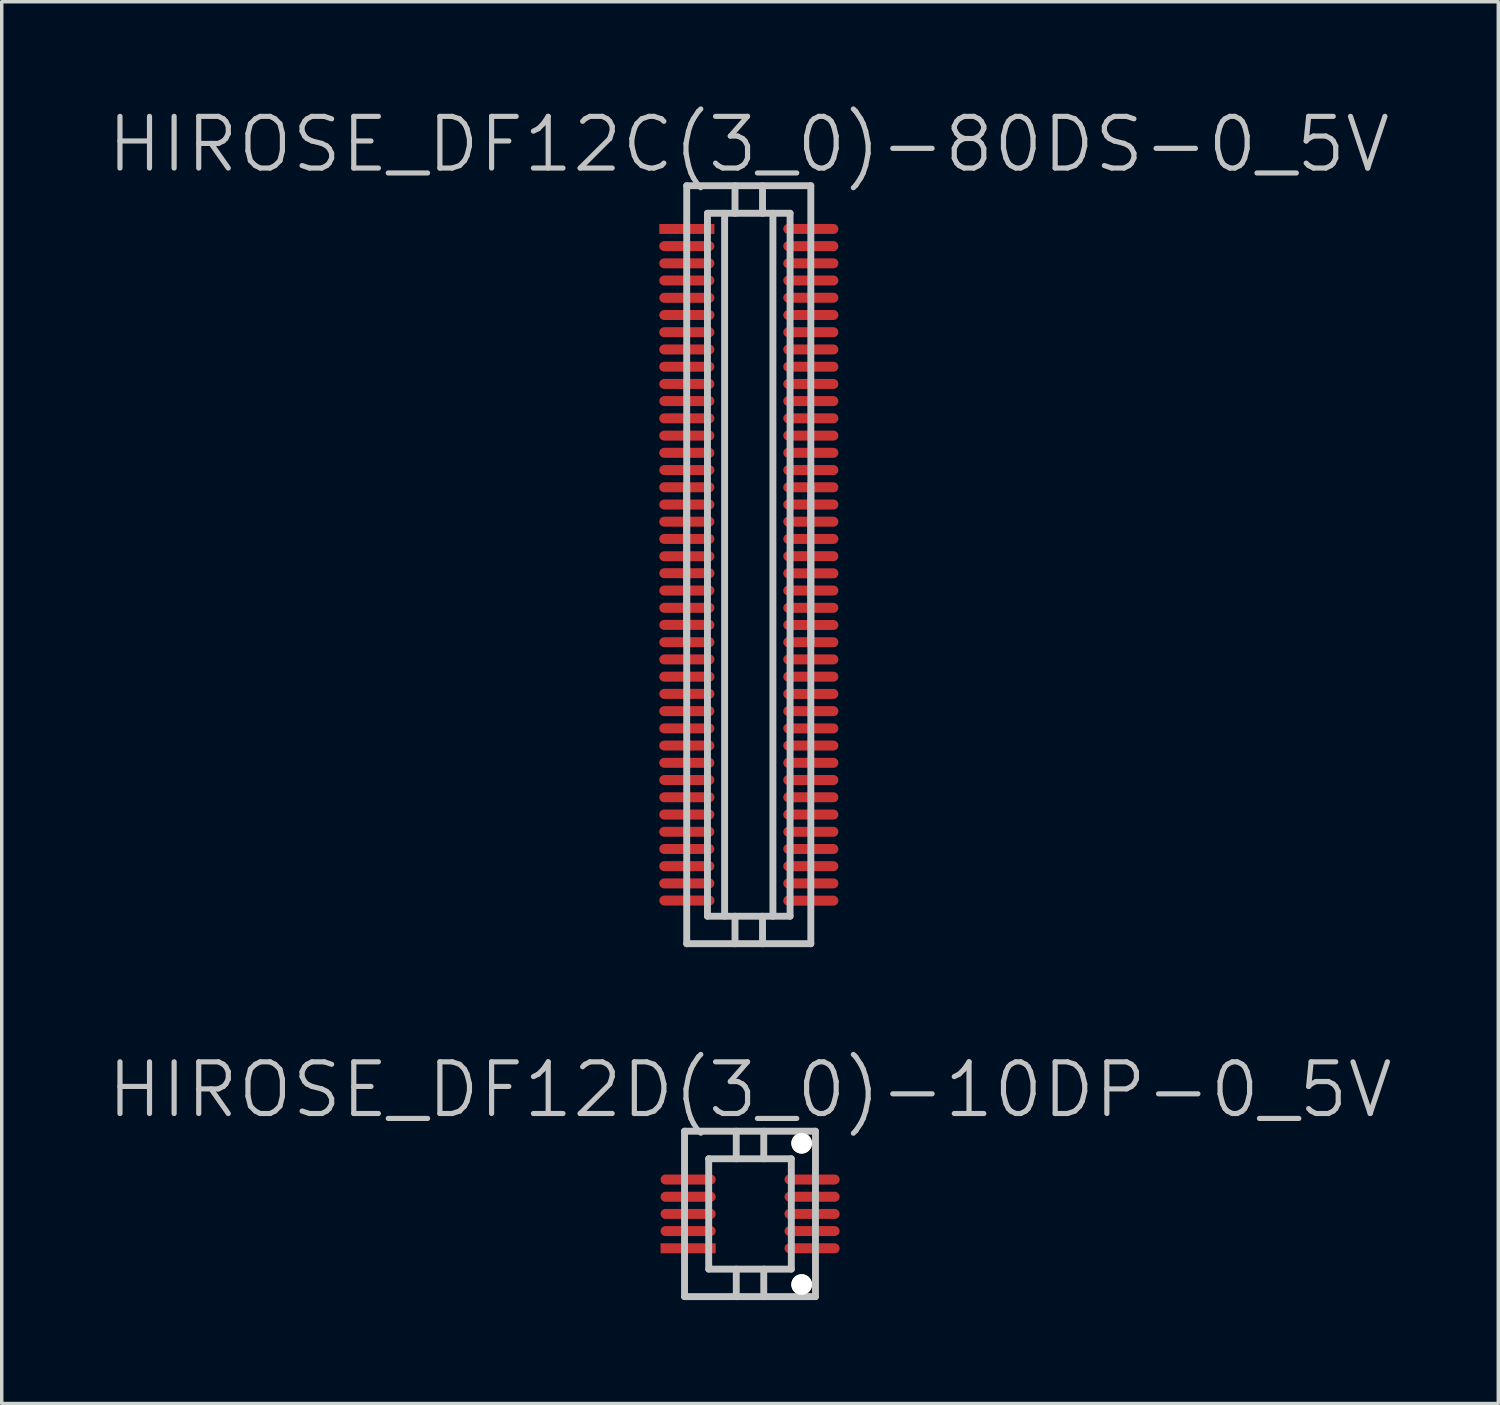
<source format=kicad_pcb>
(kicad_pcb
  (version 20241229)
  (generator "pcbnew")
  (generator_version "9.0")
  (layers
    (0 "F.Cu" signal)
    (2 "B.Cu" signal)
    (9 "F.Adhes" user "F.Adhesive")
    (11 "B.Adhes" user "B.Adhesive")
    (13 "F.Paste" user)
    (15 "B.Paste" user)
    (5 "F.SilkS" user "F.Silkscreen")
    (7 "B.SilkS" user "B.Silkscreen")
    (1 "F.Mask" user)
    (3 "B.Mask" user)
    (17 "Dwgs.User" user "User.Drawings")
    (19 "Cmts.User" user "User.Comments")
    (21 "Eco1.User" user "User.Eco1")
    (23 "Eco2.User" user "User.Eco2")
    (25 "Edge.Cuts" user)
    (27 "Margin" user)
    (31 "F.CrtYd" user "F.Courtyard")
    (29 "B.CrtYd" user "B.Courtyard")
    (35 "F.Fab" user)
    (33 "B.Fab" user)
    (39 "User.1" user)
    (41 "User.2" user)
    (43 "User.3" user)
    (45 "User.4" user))
  (footprint "HIROSE_DF12C(3_0)-80DS-0_5V"
    (layer "F.Cu")
    (at 18.682 13.341)
    (property "Reference" "HIROSE_DF12C(3_0)-80DS-0_5V" (at 0 -12.2 180) (layer "Dwgs.User") (effects (font (size 1.5 1.5) (thickness 0.15))))
    (attr smd)
    (fp_line (start -1.801 -11.001) (end 1.801 -11.001) (stroke (width 0.2) (type solid)) (layer "Dwgs.User"))
    (fp_line (start -1.801 2.301) (end -1.801 -2.301) (stroke (width 0.2) (type solid)) (layer "Dwgs.User"))
    (fp_line (start -1.801 11.001) (end -1.801 -11.001) (stroke (width 0.2) (type solid)) (layer "Dwgs.User"))
    (fp_line (start -1.199 -10.201) (end -1.199 10.201) (stroke (width 0.2) (type solid)) (layer "Dwgs.User"))
    (fp_line (start -1.199 -10.201) (end 1.199 -10.201) (stroke (width 0.2) (type solid)) (layer "Dwgs.User"))
    (fp_line (start -0.701 -10.201) (end -0.701 10.201) (stroke (width 0.2) (type solid)) (layer "Dwgs.User"))
    (fp_line (start -0.399 -10.201) (end -0.399 -11.001) (stroke (width 0.2) (type solid)) (layer "Dwgs.User"))
    (fp_line (start -0.399 11.001) (end -0.399 10.201) (stroke (width 0.2) (type solid)) (layer "Dwgs.User"))
    (fp_line (start 0.399 -10.201) (end 0.399 -11.001) (stroke (width 0.2) (type solid)) (layer "Dwgs.User"))
    (fp_line (start 0.399 10.201) (end 0.399 11.001) (stroke (width 0.2) (type solid)) (layer "Dwgs.User"))
    (fp_line (start 0.701 10.201) (end 0.701 -10.201) (stroke (width 0.2) (type solid)) (layer "Dwgs.User"))
    (fp_line (start 1.199 10.201) (end -1.199 10.201) (stroke (width 0.2) (type solid)) (layer "Dwgs.User"))
    (fp_line (start 1.199 10.201) (end 1.199 -10.201) (stroke (width 0.2) (type solid)) (layer "Dwgs.User"))
    (fp_line (start 1.801 -11.001) (end 1.801 11.001) (stroke (width 0.2) (type solid)) (layer "Dwgs.User"))
    (fp_line (start 1.801 -2.301) (end 1.801 2.301) (stroke (width 0.2) (type solid)) (layer "Dwgs.User"))
    (fp_line (start 1.801 10.998) (end -1.801 10.998) (stroke (width 0.2) (type solid)) (layer "Dwgs.User"))
    (pad "1" smd rect (at -1.796 -9.746 270) (size 0.29 1.6) (layers "F.Cu" "F.Mask" "F.Paste"))
    (pad "2" smd oval (at -1.798 -9.248 270) (size 0.29 1.6) (layers "F.Cu" "F.Mask" "F.Paste"))
    (pad "3" smd oval (at -1.798 -8.748 270) (size 0.29 1.6) (layers "F.Cu" "F.Mask" "F.Paste"))
    (pad "4" smd oval (at -1.798 -8.25 270) (size 0.29 1.6) (layers "F.Cu" "F.Mask" "F.Paste"))
    (pad "5" smd oval (at -1.796 -7.747 270) (size 0.29 1.6) (layers "F.Cu" "F.Mask" "F.Paste"))
    (pad "6" smd oval (at -1.796 -7.249 270) (size 0.29 1.6) (layers "F.Cu" "F.Mask" "F.Paste"))
    (pad "7" smd oval (at -1.798 -6.749 270) (size 0.29 1.6) (layers "F.Cu" "F.Mask" "F.Paste"))
    (pad "8" smd oval (at -1.798 -6.248 270) (size 0.29 1.6) (layers "F.Cu" "F.Mask" "F.Paste"))
    (pad "9" smd oval (at -1.798 -5.748 270) (size 0.29 1.6) (layers "F.Cu" "F.Mask" "F.Paste"))
    (pad "10" smd oval (at -1.798 -5.248 270) (size 0.29 1.6) (layers "F.Cu" "F.Mask" "F.Paste"))
    (pad "11" smd oval (at -1.796 -4.75 270) (size 0.29 1.6) (layers "F.Cu" "F.Mask" "F.Paste"))
    (pad "12" smd oval (at -1.798 -4.249 270) (size 0.29 1.6) (layers "F.Cu" "F.Mask" "F.Paste"))
    (pad "13" smd oval (at -1.798 -3.749 270) (size 0.29 1.6) (layers "F.Cu" "F.Mask" "F.Paste"))
    (pad "14" smd oval (at -1.798 -3.249 270) (size 0.29 1.6) (layers "F.Cu" "F.Mask" "F.Paste"))
    (pad "15" smd oval (at -1.796 -2.748 270) (size 0.29 1.6) (layers "F.Cu" "F.Mask" "F.Paste"))
    (pad "16" smd oval (at -1.798 -2.248 270) (size 0.29 1.6) (layers "F.Cu" "F.Mask" "F.Paste"))
    (pad "17" smd oval (at -1.798 -1.748 270) (size 0.29 1.6) (layers "F.Cu" "F.Mask" "F.Paste"))
    (pad "18" smd oval (at -1.798 -1.25 270) (size 0.29 1.6) (layers "F.Cu" "F.Mask" "F.Paste"))
    (pad "19" smd oval (at -1.798 -0.749 270) (size 0.29 1.6) (layers "F.Cu" "F.Mask" "F.Paste"))
    (pad "20" smd oval (at -1.796 -0.246 270) (size 0.29 1.6) (layers "F.Cu" "F.Mask" "F.Paste"))
    (pad "21" smd oval (at -1.796 0.246 270) (size 0.29 1.6) (layers "F.Cu" "F.Mask" "F.Paste"))
    (pad "22" smd oval (at -1.796 0.749 270) (size 0.29 1.6) (layers "F.Cu" "F.Mask" "F.Paste"))
    (pad "23" smd oval (at -1.796 1.25 270) (size 0.29 1.6) (layers "F.Cu" "F.Mask" "F.Paste"))
    (pad "24" smd oval (at -1.796 1.745 270) (size 0.29 1.6) (layers "F.Cu" "F.Mask" "F.Paste"))
    (pad "25" smd oval (at -1.796 2.248 270) (size 0.29 1.6) (layers "F.Cu" "F.Mask" "F.Paste"))
    (pad "26" smd oval (at -1.796 2.748 270) (size 0.29 1.6) (layers "F.Cu" "F.Mask" "F.Paste"))
    (pad "27" smd oval (at -1.796 3.249 270) (size 0.29 1.6) (layers "F.Cu" "F.Mask" "F.Paste"))
    (pad "28" smd oval (at -1.796 3.747 270) (size 0.29 1.6) (layers "F.Cu" "F.Mask" "F.Paste"))
    (pad "29" smd oval (at -1.798 4.249 270) (size 0.29 1.6) (layers "F.Cu" "F.Mask" "F.Paste"))
    (pad "30" smd oval (at -1.798 4.75 270) (size 0.29 1.6) (layers "F.Cu" "F.Mask" "F.Paste"))
    (pad "31" smd oval (at -1.798 5.248 270) (size 0.29 1.6) (layers "F.Cu" "F.Mask" "F.Paste"))
    (pad "32" smd oval (at -1.798 5.748 270) (size 0.29 1.6) (layers "F.Cu" "F.Mask" "F.Paste"))
    (pad "33" smd oval (at -1.798 6.248 270) (size 0.29 1.6) (layers "F.Cu" "F.Mask" "F.Paste"))
    (pad "34" smd oval (at -1.796 6.749 270) (size 0.29 1.6) (layers "F.Cu" "F.Mask" "F.Paste"))
    (pad "35" smd oval (at -1.798 7.249 270) (size 0.29 1.6) (layers "F.Cu" "F.Mask" "F.Paste"))
    (pad "36" smd oval (at -1.798 7.75 270) (size 0.29 1.6) (layers "F.Cu" "F.Mask" "F.Paste"))
    (pad "37" smd oval (at -1.798 8.25 270) (size 0.29 1.6) (layers "F.Cu" "F.Mask" "F.Paste"))
    (pad "38" smd oval (at -1.798 8.748 270) (size 0.29 1.6) (layers "F.Cu" "F.Mask" "F.Paste"))
    (pad "39" smd oval (at -1.798 9.248 270) (size 0.29 1.6) (layers "F.Cu" "F.Mask" "F.Paste"))
    (pad "40" smd oval (at -1.796 9.746 270) (size 0.29 1.6) (layers "F.Cu" "F.Mask" "F.Paste"))
    (pad "41" smd oval (at 1.801 9.749 270) (size 0.29 1.6) (layers "F.Cu" "F.Mask" "F.Paste"))
    (pad "42" smd oval (at 1.801 9.248 270) (size 0.29 1.6) (layers "F.Cu" "F.Mask" "F.Paste"))
    (pad "43" smd oval (at 1.801 8.748 270) (size 0.29 1.6) (layers "F.Cu" "F.Mask" "F.Paste"))
    (pad "44" smd oval (at 1.801 8.25 270) (size 0.29 1.6) (layers "F.Cu" "F.Mask" "F.Paste"))
    (pad "45" smd oval (at 1.801 7.75 270) (size 0.29 1.6) (layers "F.Cu" "F.Mask" "F.Paste"))
    (pad "46" smd oval (at 1.801 7.249 270) (size 0.29 1.6) (layers "F.Cu" "F.Mask" "F.Paste"))
    (pad "47" smd oval (at 1.801 6.749 270) (size 0.29 1.6) (layers "F.Cu" "F.Mask" "F.Paste"))
    (pad "48" smd oval (at 1.801 6.248 270) (size 0.29 1.6) (layers "F.Cu" "F.Mask" "F.Paste"))
    (pad "49" smd oval (at 1.801 5.748 270) (size 0.29 1.6) (layers "F.Cu" "F.Mask" "F.Paste"))
    (pad "50" smd oval (at 1.801 5.248 270) (size 0.29 1.6) (layers "F.Cu" "F.Mask" "F.Paste"))
    (pad "51" smd oval (at 1.801 4.75 270) (size 0.29 1.6) (layers "F.Cu" "F.Mask" "F.Paste"))
    (pad "52" smd oval (at 1.801 4.249 270) (size 0.29 1.6) (layers "F.Cu" "F.Mask" "F.Paste"))
    (pad "53" smd oval (at 1.801 3.749 270) (size 0.29 1.6) (layers "F.Cu" "F.Mask" "F.Paste"))
    (pad "54" smd oval (at 1.801 3.249 270) (size 0.29 1.6) (layers "F.Cu" "F.Mask" "F.Paste"))
    (pad "55" smd oval (at 1.801 2.748 270) (size 0.29 1.6) (layers "F.Cu" "F.Mask" "F.Paste"))
    (pad "56" smd oval (at 1.801 2.248 270) (size 0.29 1.6) (layers "F.Cu" "F.Mask" "F.Paste"))
    (pad "57" smd oval (at 1.801 1.748 270) (size 0.29 1.6) (layers "F.Cu" "F.Mask" "F.Paste"))
    (pad "58" smd oval (at 1.801 1.25 270) (size 0.29 1.6) (layers "F.Cu" "F.Mask" "F.Paste"))
    (pad "59" smd oval (at 1.801 0.749 270) (size 0.29 1.6) (layers "F.Cu" "F.Mask" "F.Paste"))
    (pad "60" smd oval (at 1.801 0.249 270) (size 0.29 1.6) (layers "F.Cu" "F.Mask" "F.Paste"))
    (pad "61" smd oval (at 1.801 -0.249 270) (size 0.29 1.6) (layers "F.Cu" "F.Mask" "F.Paste"))
    (pad "62" smd oval (at 1.801 -0.749 270) (size 0.29 1.6) (layers "F.Cu" "F.Mask" "F.Paste"))
    (pad "63" smd oval (at 1.801 -1.25 270) (size 0.29 1.6) (layers "F.Cu" "F.Mask" "F.Paste"))
    (pad "64" smd oval (at 1.801 -1.748 270) (size 0.29 1.6) (layers "F.Cu" "F.Mask" "F.Paste"))
    (pad "65" smd oval (at 1.801 -2.248 270) (size 0.29 1.6) (layers "F.Cu" "F.Mask" "F.Paste"))
    (pad "66" smd oval (at 1.801 -2.748 270) (size 0.29 1.6) (layers "F.Cu" "F.Mask" "F.Paste"))
    (pad "67" smd oval (at 1.801 -3.249 270) (size 0.29 1.6) (layers "F.Cu" "F.Mask" "F.Paste"))
    (pad "68" smd oval (at 1.801 -3.749 270) (size 0.29 1.6) (layers "F.Cu" "F.Mask" "F.Paste"))
    (pad "69" smd oval (at 1.801 -4.249 270) (size 0.29 1.6) (layers "F.Cu" "F.Mask" "F.Paste"))
    (pad "70" smd oval (at 1.801 -4.75 270) (size 0.29 1.6) (layers "F.Cu" "F.Mask" "F.Paste"))
    (pad "71" smd oval (at 1.801 -5.248 270) (size 0.29 1.6) (layers "F.Cu" "F.Mask" "F.Paste"))
    (pad "72" smd oval (at 1.801 -5.748 270) (size 0.29 1.6) (layers "F.Cu" "F.Mask" "F.Paste"))
    (pad "73" smd oval (at 1.801 -6.248 270) (size 0.29 1.6) (layers "F.Cu" "F.Mask" "F.Paste"))
    (pad "74" smd oval (at 1.801 -6.749 270) (size 0.29 1.6) (layers "F.Cu" "F.Mask" "F.Paste"))
    (pad "75" smd oval (at 1.801 -7.249 270) (size 0.29 1.6) (layers "F.Cu" "F.Mask" "F.Paste"))
    (pad "76" smd oval (at 1.801 -7.75 270) (size 0.29 1.6) (layers "F.Cu" "F.Mask" "F.Paste"))
    (pad "77" smd oval (at 1.801 -8.25 270) (size 0.29 1.6) (layers "F.Cu" "F.Mask" "F.Paste"))
    (pad "78" smd oval (at 1.801 -8.748 270) (size 0.29 1.6) (layers "F.Cu" "F.Mask" "F.Paste"))
    (pad "79" smd oval (at 1.801 -9.248 270) (size 0.29 1.6) (layers "F.Cu" "F.Mask" "F.Paste"))
    (pad "80" smd oval (at 1.801 -9.746 270) (size 0.29 1.6) (layers "F.Cu" "F.Mask" "F.Paste")))
  (footprint "HIROSE_DF12D(3_0)-10DP-0_5V"
    (layer "F.Cu")
    (at 18.718 32.182)
    (property "Reference" "HIROSE_DF12D(3_0)-10DP-0_5V" (at 0 -3.6 180) (layer "Dwgs.User") (effects (font (size 1.5 1.5) (thickness 0.15))))
    (attr smd)
    (fp_line (start -1.9 2.4) (end -1.9 -2.4) (stroke (width 0.2) (type solid)) (layer "Dwgs.User"))
    (fp_line (start -1.9 2.4) (end 1.9 2.4) (stroke (width 0.2) (type solid)) (layer "Dwgs.User"))
    (fp_line (start -1.199 -1.6) (end -1.199 1.6) (stroke (width 0.2) (type solid)) (layer "Dwgs.User"))
    (fp_line (start -1.199 -1.6) (end 1.199 -1.6) (stroke (width 0.2) (type solid)) (layer "Dwgs.User"))
    (fp_line (start -0.399 -1.6) (end -0.399 -2.4) (stroke (width 0.2) (type solid)) (layer "Dwgs.User"))
    (fp_line (start -0.399 2.403) (end -0.399 1.603) (stroke (width 0.2) (type solid)) (layer "Dwgs.User"))
    (fp_line (start 0.399 -1.6) (end 0.399 -2.4) (stroke (width 0.2) (type solid)) (layer "Dwgs.User"))
    (fp_line (start 0.399 1.603) (end 0.399 2.403) (stroke (width 0.2) (type solid)) (layer "Dwgs.User"))
    (fp_line (start 1.199 1.6) (end 1.199 -1.6) (stroke (width 0.2) (type solid)) (layer "Dwgs.User"))
    (fp_line (start 1.199 1.603) (end -1.199 1.603) (stroke (width 0.2) (type solid)) (layer "Dwgs.User"))
    (fp_line (start 1.9 -2.4) (end -1.9 -2.4) (stroke (width 0.2) (type solid)) (layer "Dwgs.User"))
    (fp_line (start 1.9 -2.4) (end 1.9 2.4) (stroke (width 0.2) (type solid)) (layer "Dwgs.User"))
    (pad "" np_thru_hole circle (at 1.499 -2.05 270) (size 0.6 0.6) (drill 0.6) (layers "*.Cu" "*.Mask" "F.SilkS"))
    (pad "" np_thru_hole circle (at 1.499 2.05 270) (size 0.6 0.6) (drill 0.6) (layers "*.Cu" "*.Mask" "F.SilkS"))
    (pad "1" smd rect (at -1.796 0.998 270) (size 0.29 1.6) (layers "F.Cu" "F.Mask" "F.Paste"))
    (pad "2" smd oval (at -1.796 0.498 270) (size 0.29 1.6) (layers "F.Cu" "F.Mask" "F.Paste"))
    (pad "3" smd oval (at -1.796 0 270) (size 0.29 1.6) (layers "F.Cu" "F.Mask" "F.Paste"))
    (pad "4" smd oval (at -1.796 -0.498 270) (size 0.29 1.6) (layers "F.Cu" "F.Mask" "F.Paste"))
    (pad "5" smd oval (at -1.796 -0.998 270) (size 0.29 1.6) (layers "F.Cu" "F.Mask" "F.Paste"))
    (pad "6" smd oval (at 1.801 -0.998 270) (size 0.29 1.6) (layers "F.Cu" "F.Mask" "F.Paste"))
    (pad "7" smd oval (at 1.801 -0.498 270) (size 0.29 1.6) (layers "F.Cu" "F.Mask" "F.Paste"))
    (pad "8" smd oval (at 1.801 0 270) (size 0.29 1.6) (layers "F.Cu" "F.Mask" "F.Paste"))
    (pad "9" smd oval (at 1.801 0.498 270) (size 0.29 1.6) (layers "F.Cu" "F.Mask" "F.Paste"))
    (pad "10" smd oval (at 1.801 0.998 270) (size 0.29 1.6) (layers "F.Cu" "F.Mask" "F.Paste")))
  (gr_rect
    (start -3 -3)
    (end 40.436 37.685)
    (stroke (width 0.1) (type default))
    (fill no)
    (layer "Edge.Cuts")))
</source>
